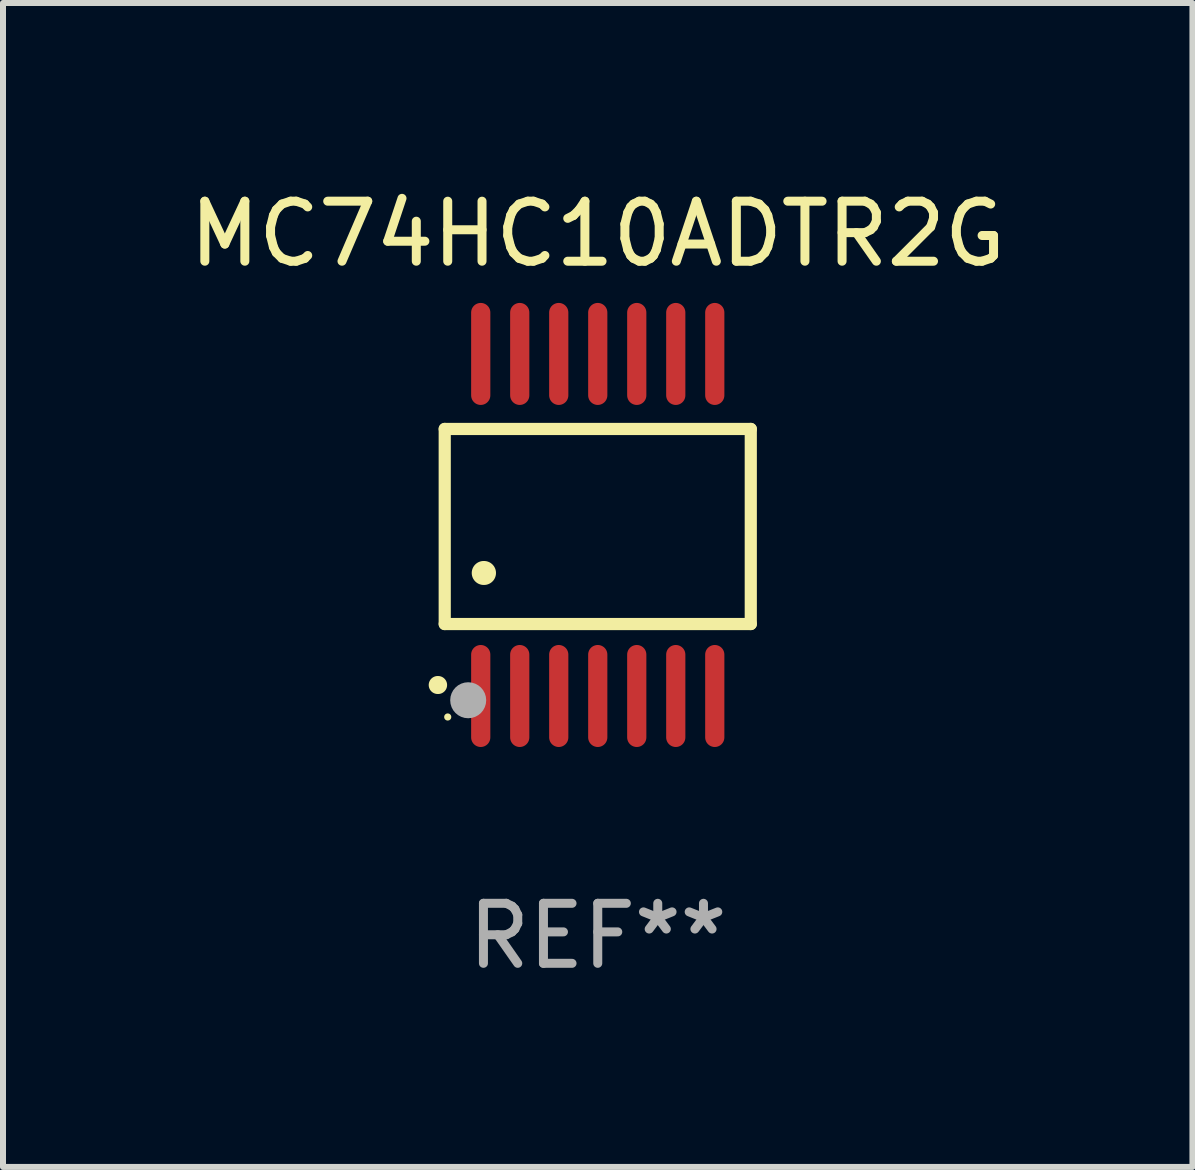
<source format=kicad_pcb>
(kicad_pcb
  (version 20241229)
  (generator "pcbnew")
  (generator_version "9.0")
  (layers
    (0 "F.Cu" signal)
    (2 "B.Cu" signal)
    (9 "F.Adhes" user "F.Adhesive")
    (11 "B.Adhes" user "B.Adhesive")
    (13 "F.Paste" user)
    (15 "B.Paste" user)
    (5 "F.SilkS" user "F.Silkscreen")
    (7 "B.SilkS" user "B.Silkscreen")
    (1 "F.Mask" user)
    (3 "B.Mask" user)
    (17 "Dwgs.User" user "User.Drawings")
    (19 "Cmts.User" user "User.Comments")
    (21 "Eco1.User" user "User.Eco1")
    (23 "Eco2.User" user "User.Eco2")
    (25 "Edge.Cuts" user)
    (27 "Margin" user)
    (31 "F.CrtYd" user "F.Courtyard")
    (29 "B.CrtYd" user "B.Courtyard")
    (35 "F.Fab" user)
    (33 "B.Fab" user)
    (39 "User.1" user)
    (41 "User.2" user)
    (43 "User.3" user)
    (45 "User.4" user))
  (footprint "MC74HC10ADTR2G"
    (layer "F.Cu")
    (at 6.911 5.698)
    (property "Reference" "MC74HC10ADTR2G" (at 0 -4.85 0) (layer "F.SilkS") (effects (font (size 1 1) (thickness 0.15))))
    (attr through_hole)
    (fp_line (start -2.55 -1.6) (end 2.55 -1.6) (stroke (width 0.203) (type solid)) (layer "F.SilkS"))
    (fp_line (start -2.55 1.651) (end -2.55 -1.6) (stroke (width 0.203) (type solid)) (layer "F.SilkS"))
    (fp_line (start 2.55 -1.6) (end 2.55 1.651) (stroke (width 0.203) (type solid)) (layer "F.SilkS"))
    (fp_line (start 2.55 1.651) (end -2.55 1.651) (stroke (width 0.203) (type solid)) (layer "F.SilkS"))
    (fp_arc (start -2.667005 2.667005) (mid -2.663677 2.667046) (end -2.66035 2.667157) (stroke (width 0.3) (type solid)) (layer "F.SilkS"))
    (fp_arc (start -1.9 0.8) (mid -1.897803 0.800014) (end -1.895606 0.800051) (stroke (width 0.4) (type solid)) (layer "F.SilkS"))
    (fp_circle (center -2.5 3.2) (end -2.47 3.2) (stroke (width 0.06) (type solid)) (fill no) (layer "F.SilkS"))
    (fp_circle (center -2.159 2.921) (end -2.009 2.921) (stroke (width 0.3) (type solid)) (fill no) (layer "F.Fab"))
    (fp_text user "REF**" (at 0 6.85 0) (layer "F.Fab") (effects (font (size 1 1) (thickness 0.15))))
    (pad "1" smd oval (at -1.95 2.85 180) (size 0.32 1.7) (layers "F.Cu" "F.Mask" "F.Paste"))
    (pad "2" smd oval (at -1.3 2.85 180) (size 0.32 1.7) (layers "F.Cu" "F.Mask" "F.Paste"))
    (pad "3" smd oval (at -0.65 2.85 180) (size 0.32 1.7) (layers "F.Cu" "F.Mask" "F.Paste"))
    (pad "4" smd oval (at 0 2.85 180) (size 0.32 1.7) (layers "F.Cu" "F.Mask" "F.Paste"))
    (pad "5" smd oval (at 0.65 2.85 180) (size 0.32 1.7) (layers "F.Cu" "F.Mask" "F.Paste"))
    (pad "6" smd oval (at 1.3 2.85 180) (size 0.32 1.7) (layers "F.Cu" "F.Mask" "F.Paste"))
    (pad "7" smd oval (at 1.95 2.85 180) (size 0.32 1.7) (layers "F.Cu" "F.Mask" "F.Paste"))
    (pad "8" smd oval (at 1.95 -2.85 180) (size 0.32 1.7) (layers "F.Cu" "F.Mask" "F.Paste"))
    (pad "9" smd oval (at 1.3 -2.85 180) (size 0.32 1.7) (layers "F.Cu" "F.Mask" "F.Paste"))
    (pad "10" smd oval (at 0.65 -2.85 180) (size 0.32 1.7) (layers "F.Cu" "F.Mask" "F.Paste"))
    (pad "11" smd oval (at 0 -2.85 180) (size 0.32 1.7) (layers "F.Cu" "F.Mask" "F.Paste"))
    (pad "12" smd oval (at -0.65 -2.85 180) (size 0.32 1.7) (layers "F.Cu" "F.Mask" "F.Paste"))
    (pad "13" smd oval (at -1.3 -2.85 180) (size 0.32 1.7) (layers "F.Cu" "F.Mask" "F.Paste"))
    (pad "14" smd oval (at -1.95 -2.85 180) (size 0.32 1.7) (layers "F.Cu" "F.Mask" "F.Paste")))
  (gr_rect
    (start -3 -3)
    (end 16.821 16.396)
    (stroke (width 0.1) (type default))
    (fill no)
    (layer "Edge.Cuts")))
</source>
